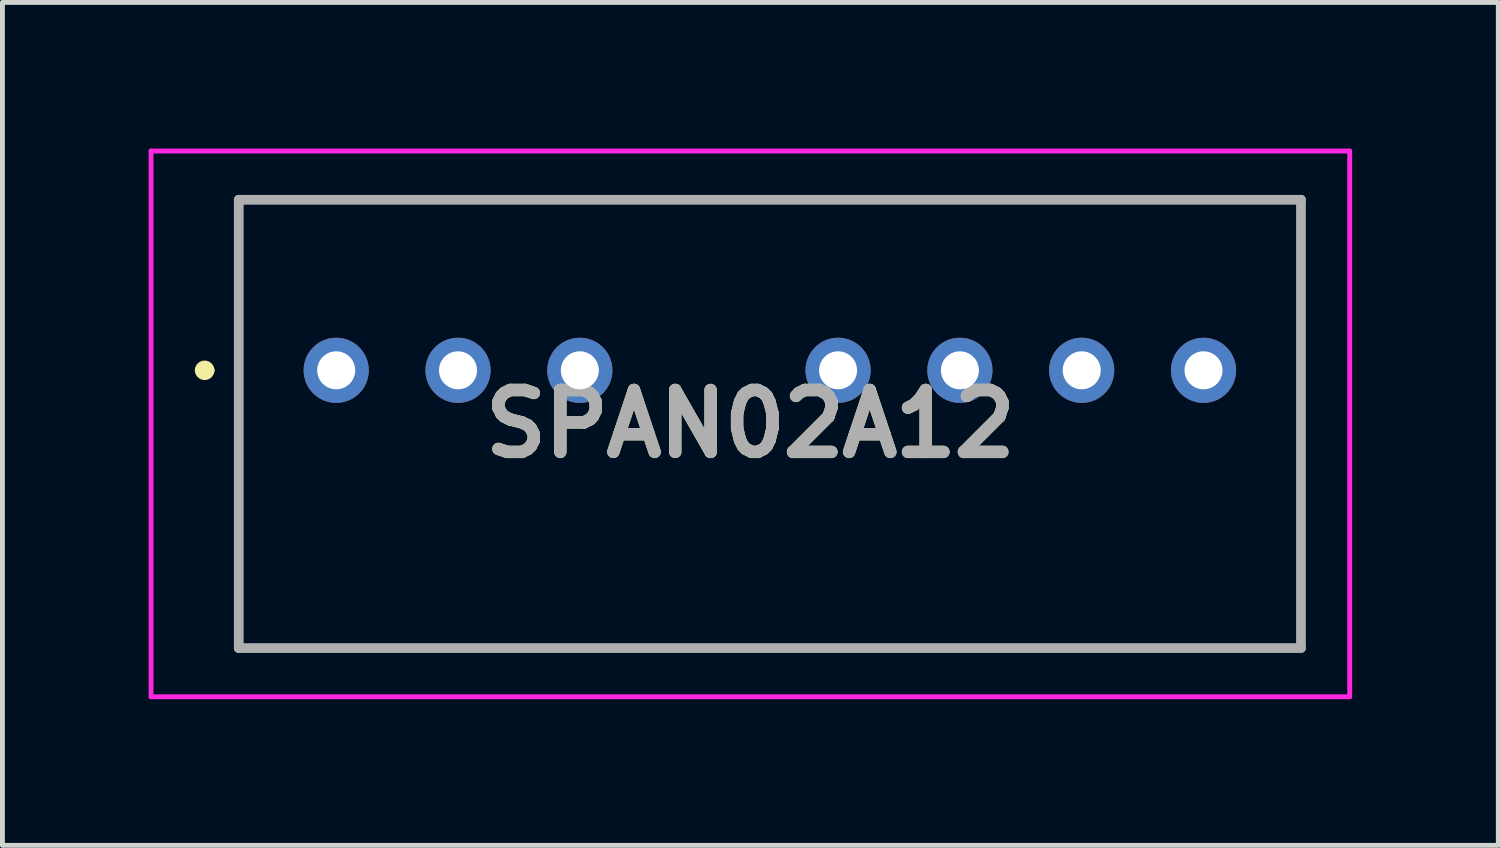
<source format=kicad_pcb>
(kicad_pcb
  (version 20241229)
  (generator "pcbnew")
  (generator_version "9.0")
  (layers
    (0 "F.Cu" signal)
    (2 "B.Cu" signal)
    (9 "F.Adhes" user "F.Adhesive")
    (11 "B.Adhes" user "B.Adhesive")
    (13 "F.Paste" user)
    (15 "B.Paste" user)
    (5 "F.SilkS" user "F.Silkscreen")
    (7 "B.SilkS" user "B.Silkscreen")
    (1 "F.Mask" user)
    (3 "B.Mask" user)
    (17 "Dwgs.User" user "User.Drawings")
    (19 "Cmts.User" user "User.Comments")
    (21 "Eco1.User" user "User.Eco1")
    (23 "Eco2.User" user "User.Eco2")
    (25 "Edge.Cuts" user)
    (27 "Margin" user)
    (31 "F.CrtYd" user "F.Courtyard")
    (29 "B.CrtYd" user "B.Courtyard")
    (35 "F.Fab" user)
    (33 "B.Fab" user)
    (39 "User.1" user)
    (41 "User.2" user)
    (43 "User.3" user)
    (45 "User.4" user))
  (footprint "SPAN02A12"
    (layer "F.Cu")
    (at 3.85 4.55)
    (property "Reference" "SPAN02A12" (at 8.5 1.1 0) (layer "F.SilkS") (effects (font (size 1.27 1.27) (thickness 0.254))))
    (attr through_hole)
    (fp_line (start -2.8 0) (end -2.8 0) (stroke (width 0.2) (type solid)) (layer "F.SilkS"))
    (fp_line (start -2.6 0) (end -2.6 0) (stroke (width 0.2) (type solid)) (layer "F.SilkS"))
    (fp_line (start -2 -3.5) (end 19.8 -3.5) (stroke (width 0.1) (type solid)) (layer "F.SilkS"))
    (fp_line (start -2 5.7) (end -2 -3.5) (stroke (width 0.1) (type solid)) (layer "F.SilkS"))
    (fp_line (start 19.8 -3.5) (end 19.8 5.7) (stroke (width 0.1) (type solid)) (layer "F.SilkS"))
    (fp_line (start 19.8 5.7) (end -2 5.7) (stroke (width 0.1) (type solid)) (layer "F.SilkS"))
    (fp_arc (start -2.8 0) (mid -2.7 -0.1) (end -2.6 0) (stroke (width 0.2) (type solid)) (layer "F.SilkS"))
    (fp_arc (start -2.6 0) (mid -2.7 0.1) (end -2.8 0) (stroke (width 0.2) (type solid)) (layer "F.SilkS"))
    (fp_line (start -3.8 -4.5) (end 20.8 -4.5) (stroke (width 0.1) (type solid)) (layer "F.CrtYd"))
    (fp_line (start -3.8 6.7) (end -3.8 -4.5) (stroke (width 0.1) (type solid)) (layer "F.CrtYd"))
    (fp_line (start 20.8 -4.5) (end 20.8 6.7) (stroke (width 0.1) (type solid)) (layer "F.CrtYd"))
    (fp_line (start 20.8 6.7) (end -3.8 6.7) (stroke (width 0.1) (type solid)) (layer "F.CrtYd"))
    (fp_line (start -2 -3.5) (end 19.8 -3.5) (stroke (width 0.2) (type solid)) (layer "F.Fab"))
    (fp_line (start -2 5.7) (end -2 -3.5) (stroke (width 0.2) (type solid)) (layer "F.Fab"))
    (fp_line (start 19.8 -3.5) (end 19.8 5.7) (stroke (width 0.2) (type solid)) (layer "F.Fab"))
    (fp_line (start 19.8 5.7) (end -2 5.7) (stroke (width 0.2) (type solid)) (layer "F.Fab"))
    (fp_text user "${REFERENCE}" (at 8.5 1.1 0) (layer "F.Fab") (effects (font (size 1.27 1.27) (thickness 0.254))))
    (pad "1" thru_hole circle (at 0 0) (size 1.337 1.337) (drill 0.78) (layers "*.Cu" "*.Mask"))
    (pad "2" thru_hole circle (at 2.5 0) (size 1.337 1.337) (drill 0.78) (layers "*.Cu" "*.Mask"))
    (pad "3" thru_hole circle (at 5 0) (size 1.337 1.337) (drill 0.78) (layers "*.Cu" "*.Mask"))
    (pad "5" thru_hole circle (at 10.3 0) (size 1.337 1.337) (drill 0.78) (layers "*.Cu" "*.Mask"))
    (pad "6" thru_hole circle (at 12.8 0) (size 1.337 1.337) (drill 0.78) (layers "*.Cu" "*.Mask"))
    (pad "7" thru_hole circle (at 15.3 0) (size 1.337 1.337) (drill 0.78) (layers "*.Cu" "*.Mask"))
    (pad "8" thru_hole circle (at 17.8 0) (size 1.337 1.337) (drill 0.78) (layers "*.Cu" "*.Mask")))
  (gr_rect
    (start -3 -3)
    (end 27.7 14.3)
    (stroke (width 0.1) (type default))
    (fill no)
    (layer "Edge.Cuts")))
</source>
